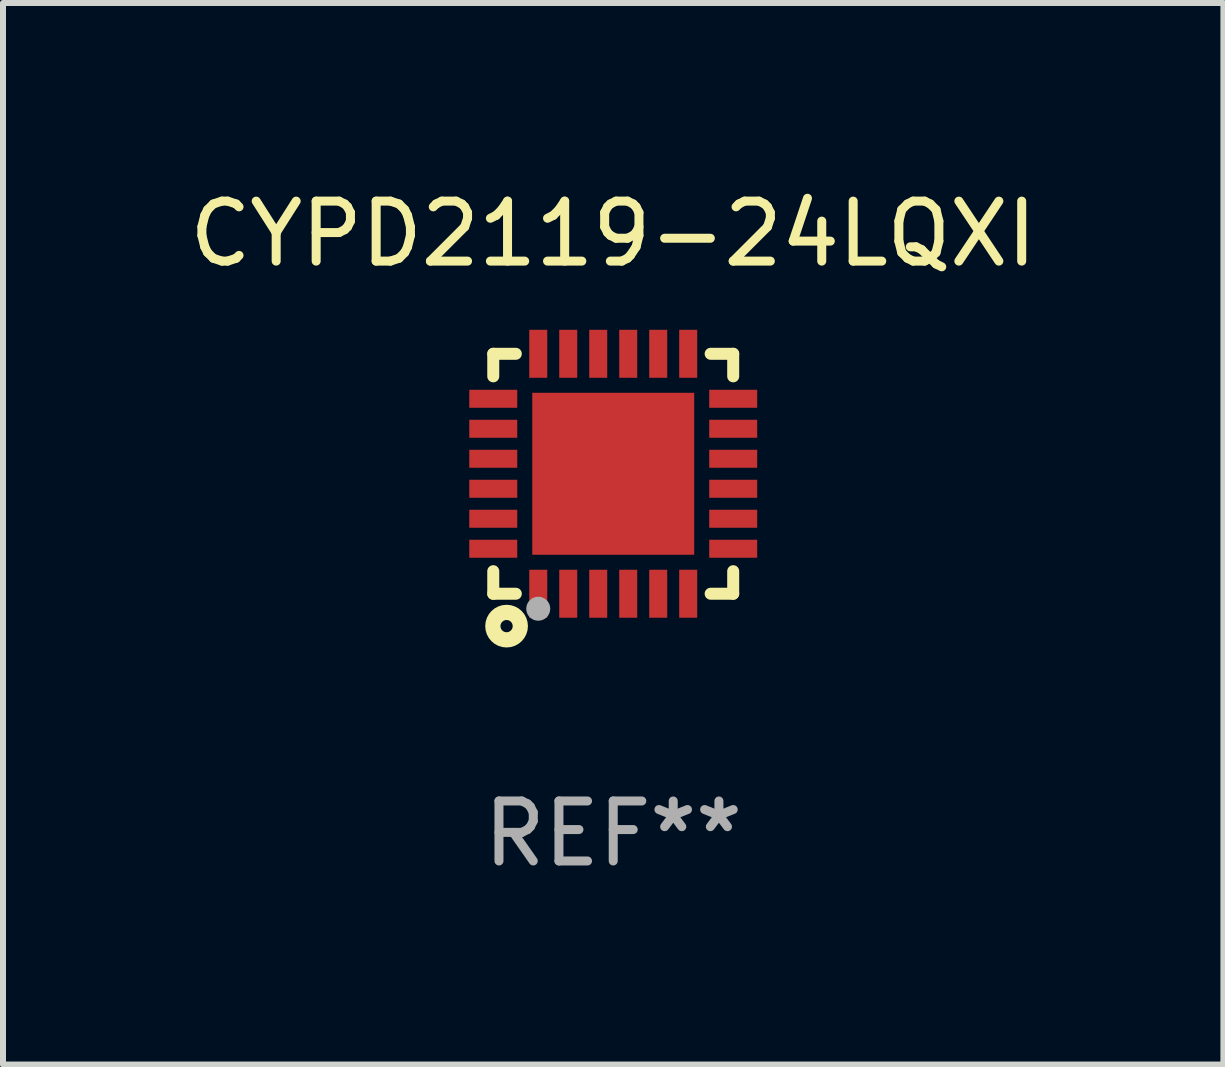
<source format=kicad_pcb>
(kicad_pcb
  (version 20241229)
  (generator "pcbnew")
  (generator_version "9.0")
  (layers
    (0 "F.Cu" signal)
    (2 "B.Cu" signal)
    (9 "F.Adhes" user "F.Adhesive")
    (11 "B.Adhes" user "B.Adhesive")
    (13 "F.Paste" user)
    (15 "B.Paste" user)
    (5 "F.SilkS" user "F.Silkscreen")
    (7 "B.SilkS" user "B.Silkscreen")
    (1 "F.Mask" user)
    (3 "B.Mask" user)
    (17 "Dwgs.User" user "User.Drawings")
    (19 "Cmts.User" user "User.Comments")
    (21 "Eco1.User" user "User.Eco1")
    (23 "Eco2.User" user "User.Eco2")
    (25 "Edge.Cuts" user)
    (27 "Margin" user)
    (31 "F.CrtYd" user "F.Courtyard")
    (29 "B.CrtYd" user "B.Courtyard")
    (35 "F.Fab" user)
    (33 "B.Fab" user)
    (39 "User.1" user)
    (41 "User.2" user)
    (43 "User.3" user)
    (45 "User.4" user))
  (footprint "CYPD2119-24LQXI"
    (layer "F.Cu")
    (at 7.173 4.848)
    (property "Reference" "CYPD2119-24LQXI" (at 0 -4 0) (layer "F.SilkS") (effects (font (size 1 1) (thickness 0.15))))
    (attr through_hole)
    (fp_line (start -2 -2) (end -1.624 -2) (stroke (width 0.2) (type solid)) (layer "F.SilkS"))
    (fp_line (start -2 -1.624) (end -2 -2) (stroke (width 0.2) (type solid)) (layer "F.SilkS"))
    (fp_line (start -2 2) (end -2 1.624) (stroke (width 0.2) (type solid)) (layer "F.SilkS"))
    (fp_line (start -2 2) (end -1.624 2) (stroke (width 0.2) (type solid)) (layer "F.SilkS"))
    (fp_line (start 1.624 -2) (end 2 -2) (stroke (width 0.2) (type solid)) (layer "F.SilkS"))
    (fp_line (start 1.624 2) (end 2 2) (stroke (width 0.2) (type solid)) (layer "F.SilkS"))
    (fp_line (start 2 -2) (end 2 -1.624) (stroke (width 0.2) (type solid)) (layer "F.SilkS"))
    (fp_line (start 2 1.624) (end 2 2) (stroke (width 0.2) (type solid)) (layer "F.SilkS"))
    (fp_circle (center -2 2) (end -1.97 2) (stroke (width 0.06) (type solid)) (fill no) (layer "F.SilkS"))
    (fp_circle (center -1.778 2.54) (end -1.676 2.54) (stroke (width 0.254) (type solid)) (fill no) (layer "F.SilkS"))
    (fp_circle (center -1.25 2.25) (end -1.15 2.25) (stroke (width 0.2) (type solid)) (fill no) (layer "F.Fab"))
    (fp_text user "REF**" (at 0 6 0) (layer "F.Fab") (effects (font (size 1 1) (thickness 0.15))))
    (pad "1" smd rect (at -1.25 2) (size 0.3 0.8) (layers "F.Cu" "F.Mask" "F.Paste"))
    (pad "2" smd rect (at -0.75 2) (size 0.3 0.8) (layers "F.Cu" "F.Mask" "F.Paste"))
    (pad "3" smd rect (at -0.25 2) (size 0.3 0.8) (layers "F.Cu" "F.Mask" "F.Paste"))
    (pad "4" smd rect (at 0.25 2) (size 0.3 0.8) (layers "F.Cu" "F.Mask" "F.Paste"))
    (pad "5" smd rect (at 0.75 2) (size 0.3 0.8) (layers "F.Cu" "F.Mask" "F.Paste"))
    (pad "6" smd rect (at 1.25 2) (size 0.3 0.8) (layers "F.Cu" "F.Mask" "F.Paste"))
    (pad "7" smd rect (at 2 1.25 90) (size 0.3 0.8) (layers "F.Cu" "F.Mask" "F.Paste"))
    (pad "8" smd rect (at 2 0.75 90) (size 0.3 0.8) (layers "F.Cu" "F.Mask" "F.Paste"))
    (pad "9" smd rect (at 2 0.25 90) (size 0.3 0.8) (layers "F.Cu" "F.Mask" "F.Paste"))
    (pad "10" smd rect (at 2 -0.25 90) (size 0.3 0.8) (layers "F.Cu" "F.Mask" "F.Paste"))
    (pad "11" smd rect (at 2 -0.75 90) (size 0.3 0.8) (layers "F.Cu" "F.Mask" "F.Paste"))
    (pad "12" smd rect (at 2 -1.25 90) (size 0.3 0.8) (layers "F.Cu" "F.Mask" "F.Paste"))
    (pad "13" smd rect (at 1.25 -2 180) (size 0.3 0.8) (layers "F.Cu" "F.Mask" "F.Paste"))
    (pad "14" smd rect (at 0.75 -2 180) (size 0.3 0.8) (layers "F.Cu" "F.Mask" "F.Paste"))
    (pad "15" smd rect (at 0.25 -2 180) (size 0.3 0.8) (layers "F.Cu" "F.Mask" "F.Paste"))
    (pad "16" smd rect (at -0.25 -2 180) (size 0.3 0.8) (layers "F.Cu" "F.Mask" "F.Paste"))
    (pad "17" smd rect (at -0.75 -2 180) (size 0.3 0.8) (layers "F.Cu" "F.Mask" "F.Paste"))
    (pad "18" smd rect (at -1.25 -2 180) (size 0.3 0.8) (layers "F.Cu" "F.Mask" "F.Paste"))
    (pad "19" smd rect (at -2 -1.25 270) (size 0.3 0.8) (layers "F.Cu" "F.Mask" "F.Paste"))
    (pad "20" smd rect (at -2 -0.75 270) (size 0.3 0.8) (layers "F.Cu" "F.Mask" "F.Paste"))
    (pad "21" smd rect (at -2 -0.25 270) (size 0.3 0.8) (layers "F.Cu" "F.Mask" "F.Paste"))
    (pad "22" smd rect (at -2 0.25 270) (size 0.3 0.8) (layers "F.Cu" "F.Mask" "F.Paste"))
    (pad "23" smd rect (at -2 0.75 270) (size 0.3 0.8) (layers "F.Cu" "F.Mask" "F.Paste"))
    (pad "24" smd rect (at -2 1.25 270) (size 0.3 0.8) (layers "F.Cu" "F.Mask" "F.Paste"))
    (pad "25" smd rect (at 0 0) (size 2.7 2.7) (layers "F.Cu" "F.Mask" "F.Paste")))
  (gr_rect
    (start -3 -3)
    (end 17.345 14.697)
    (stroke (width 0.1) (type default))
    (fill no)
    (layer "Edge.Cuts")))
</source>
